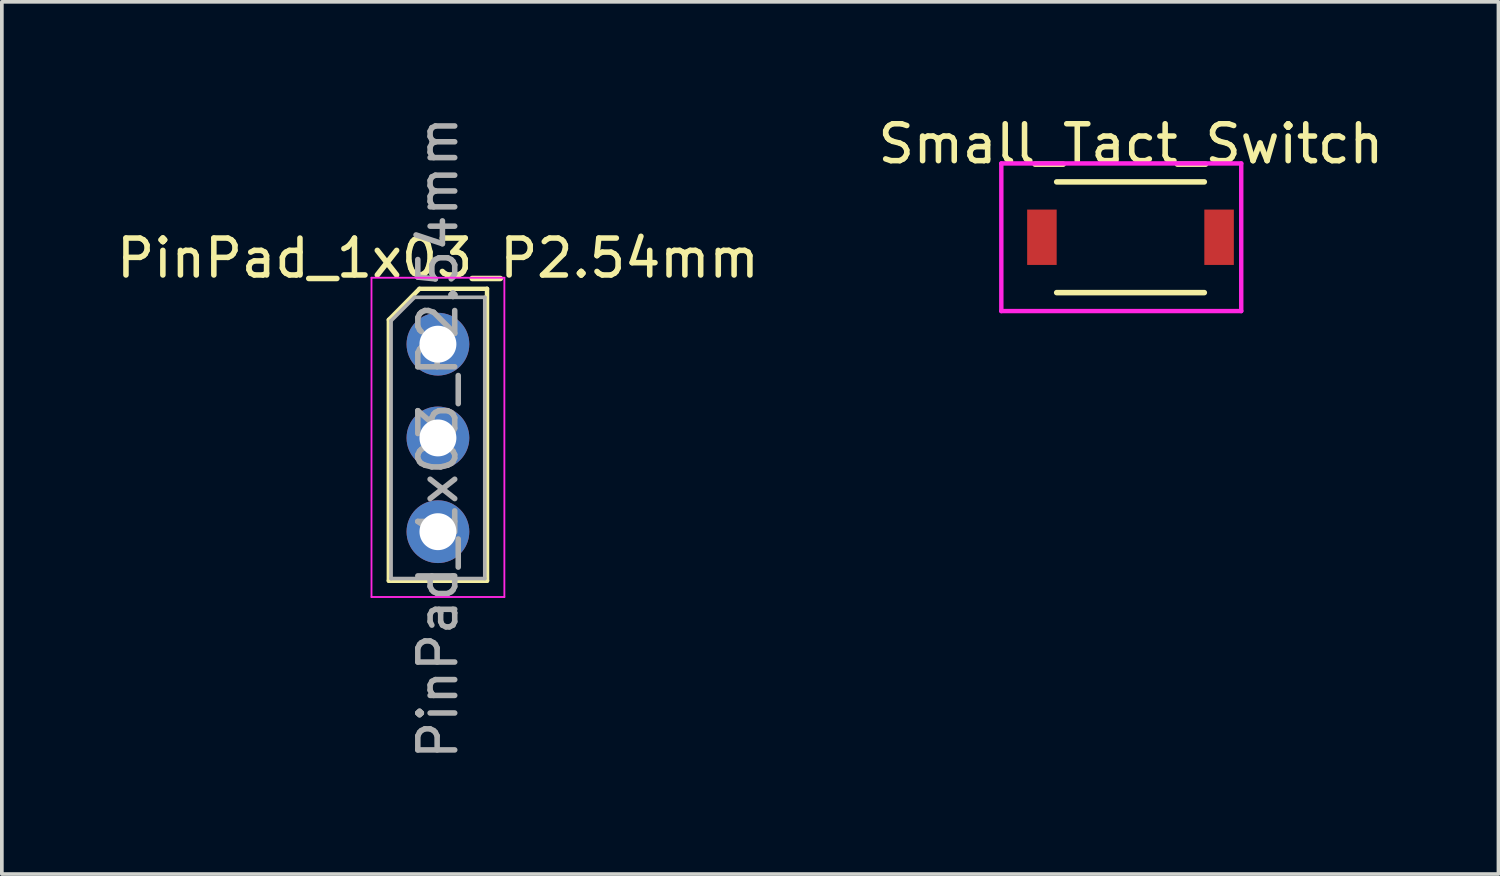
<source format=kicad_pcb>
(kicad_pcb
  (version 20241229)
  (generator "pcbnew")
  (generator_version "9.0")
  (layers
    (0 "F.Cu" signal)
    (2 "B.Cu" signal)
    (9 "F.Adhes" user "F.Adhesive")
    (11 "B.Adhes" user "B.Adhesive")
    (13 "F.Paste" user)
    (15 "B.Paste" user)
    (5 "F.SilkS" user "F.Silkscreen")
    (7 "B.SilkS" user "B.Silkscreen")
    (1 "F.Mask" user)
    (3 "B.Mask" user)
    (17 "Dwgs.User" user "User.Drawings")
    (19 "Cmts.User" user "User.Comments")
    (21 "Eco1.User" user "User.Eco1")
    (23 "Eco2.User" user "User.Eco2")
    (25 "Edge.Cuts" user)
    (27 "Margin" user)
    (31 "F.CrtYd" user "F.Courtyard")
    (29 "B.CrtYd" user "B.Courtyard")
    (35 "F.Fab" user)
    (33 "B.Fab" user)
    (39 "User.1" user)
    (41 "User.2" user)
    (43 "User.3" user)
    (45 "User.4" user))
  (footprint "PinPad_1x03_P2.54mm"
    (layer "F.Cu")
    (at 8.815 6.275)
    (property "Reference" "PinPad_1x03_P2.54mm" (at 0 -2.33 0) (layer "F.SilkS") (effects (font (size 1 1) (thickness 0.15))))
    (attr through_hole)
    (fp_line (start -1.33 -0.66) (end -1.33 6.41) (stroke (width 0.12) (type solid)) (layer "F.SilkS"))
    (fp_line (start -1.33 6.41) (end 1.33 6.41) (stroke (width 0.12) (type solid)) (layer "F.SilkS"))
    (fp_line (start -0.5 -1.5) (end -1.33 -0.66) (stroke (width 0.12) (type solid)) (layer "F.SilkS"))
    (fp_line (start -0.5 -1.5) (end 1.33 -1.5) (stroke (width 0.12) (type solid)) (layer "F.SilkS"))
    (fp_line (start 1.33 -1.5) (end 1.33 6.41) (stroke (width 0.12) (type solid)) (layer "F.SilkS"))
    (fp_line (start -1.8 -1.8) (end -1.8 6.85) (stroke (width 0.05) (type solid)) (layer "F.CrtYd"))
    (fp_line (start -1.8 6.85) (end 1.8 6.85) (stroke (width 0.05) (type solid)) (layer "F.CrtYd"))
    (fp_line (start 1.8 -1.8) (end -1.8 -1.8) (stroke (width 0.05) (type solid)) (layer "F.CrtYd"))
    (fp_line (start 1.8 6.85) (end 1.8 -1.8) (stroke (width 0.05) (type solid)) (layer "F.CrtYd"))
    (fp_line (start -1.27 -0.635) (end -0.635 -1.27) (stroke (width 0.1) (type solid)) (layer "F.Fab"))
    (fp_line (start -1.27 6.35) (end -1.27 -0.635) (stroke (width 0.1) (type solid)) (layer "F.Fab"))
    (fp_line (start -0.635 -1.27) (end 1.27 -1.27) (stroke (width 0.1) (type solid)) (layer "F.Fab"))
    (fp_line (start 1.27 -1.27) (end 1.27 6.35) (stroke (width 0.1) (type solid)) (layer "F.Fab"))
    (fp_line (start 1.27 6.35) (end -1.27 6.35) (stroke (width 0.1) (type solid)) (layer "F.Fab"))
    (fp_text user "${REFERENCE}" (at 0 2.54 90) (layer "F.Fab") (effects (font (size 1 1) (thickness 0.15))))
    (pad "1" thru_hole circle (at 0 0) (size 1.7 1.7) (drill 1) (layers "*.Cu" "*.Mask"))
    (pad "2" thru_hole oval (at 0 2.54) (size 1.7 1.7) (drill 1) (layers "*.Cu" "*.Mask"))
    (pad "3" thru_hole oval (at 0 5.08) (size 1.7 1.7) (drill 1) (layers "*.Cu" "*.Mask")))
  (footprint "Small_Tact_Switch"
    (layer "F.Cu")
    (at 27.579 3.378)
    (property "Reference" "Small_Tact_Switch" (at 0.01 -2.53 0) (layer "F.SilkS") (effects (font (size 1 1) (thickness 0.15))))
    (attr through_hole)
    (fp_line (start -2 1.5) (end 2 1.5) (stroke (width 0.15) (type solid)) (layer "F.SilkS"))
    (fp_line (start 2 -1.5) (end -2 -1.5) (stroke (width 0.15) (type solid)) (layer "F.SilkS"))
    (fp_line (start -3.5 -2) (end 3 -2) (stroke (width 0.12) (type solid)) (layer "F.CrtYd"))
    (fp_line (start -3.5 2) (end -3.5 -2) (stroke (width 0.12) (type solid)) (layer "F.CrtYd"))
    (fp_line (start 3 -2) (end 3 2) (stroke (width 0.12) (type solid)) (layer "F.CrtYd"))
    (fp_line (start 3 2) (end -3.5 2) (stroke (width 0.12) (type solid)) (layer "F.CrtYd"))
    (pad "1" smd rect (at -2.4 0) (size 0.8 1.5) (layers "F.Cu" "F.Mask" "F.Paste"))
    (pad "2" smd rect (at 2.4 0) (size 0.8 1.5) (layers "F.Cu" "F.Mask" "F.Paste")))
  (gr_rect
    (start -3 -3)
    (end 37.548 20.631)
    (stroke (width 0.1) (type default))
    (fill no)
    (layer "Edge.Cuts")))
</source>
